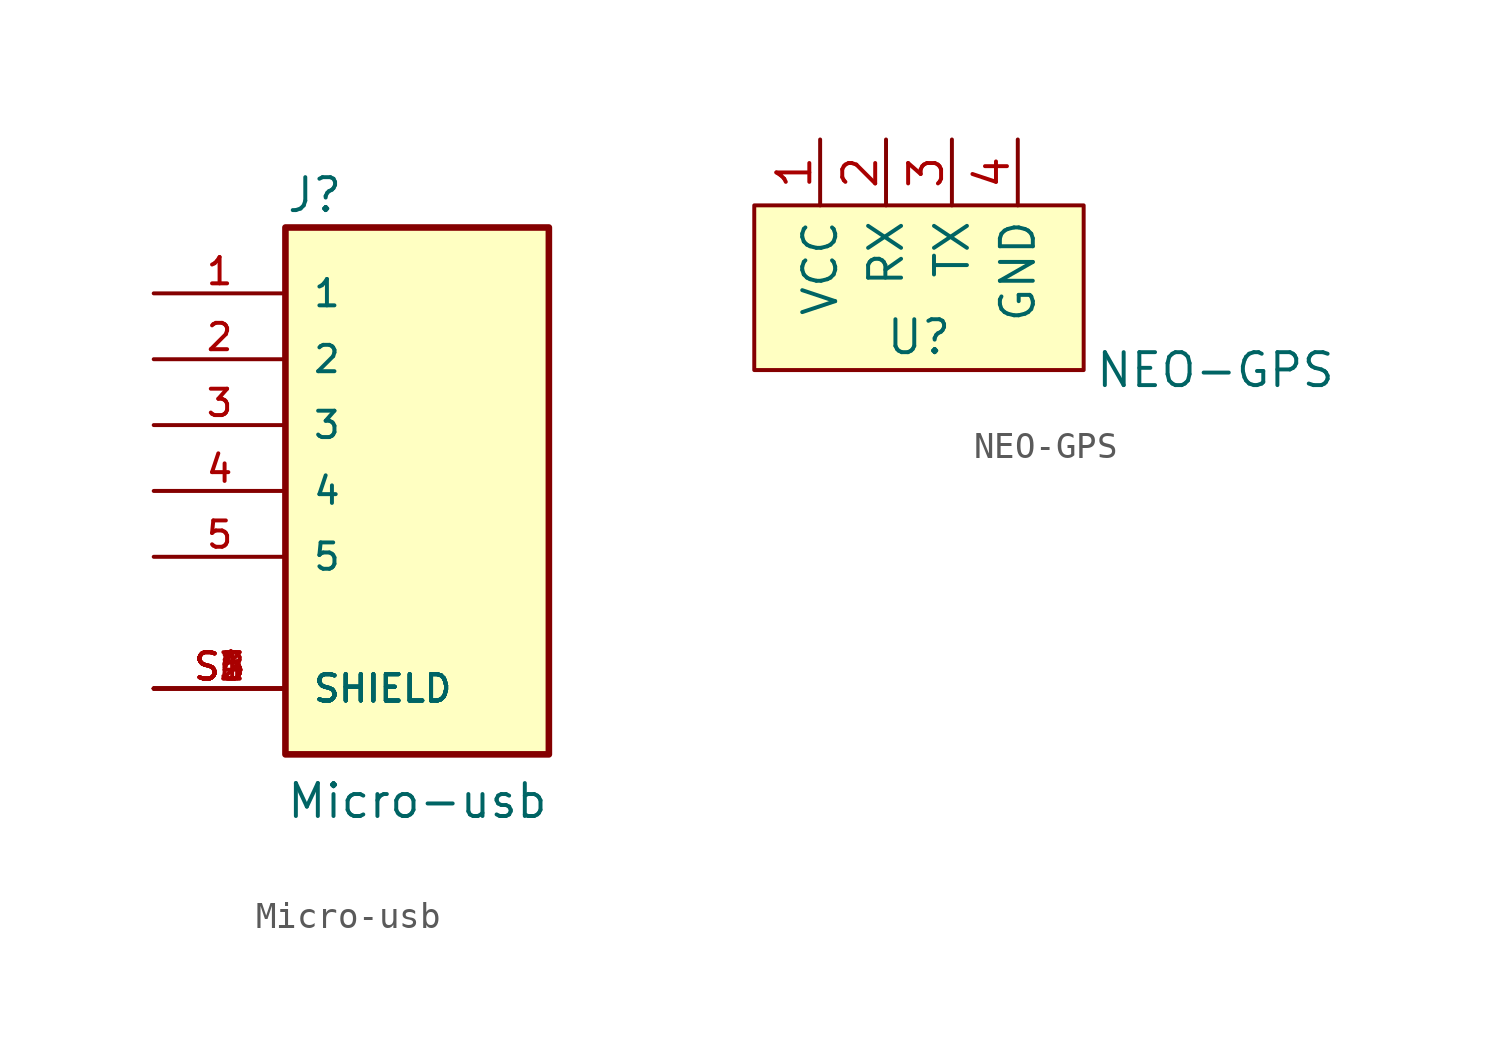
<source format=kicad_sym>
(kicad_symbol_lib
  (version 20220914)
  (generator kicad_symbol_editor)
  (symbol "Micro-usb"
    (pin_names
      (offset 1.016))
    (property "Reference" "J"
      (at -5.08 10.668 0)
      (effects (font (size 1.27 1.27)) (justify left bottom)))
    (property "Value" "Micro-usb"
      (at -5.08 -12.7 0)
      (effects (font (size 1.27 1.27)) (justify left bottom)))
    (symbol "Micro-usb_0_0"
      (rectangle (start -5.08 -10.16) (end 5.08 10.16) (stroke (width 0.254) (type default)) (fill (type background)))
      (pin passive line (at -10.16 7.62 0) (length 5.08) (name "1" (effects (font (size 1.016 1.016)))) (number "1" (effects (font (size 1.016 1.016)))))
      (pin passive line (at -10.16 5.08 0) (length 5.08) (name "2" (effects (font (size 1.016 1.016)))) (number "2" (effects (font (size 1.016 1.016)))))
      (pin passive line (at -10.16 2.54 0) (length 5.08) (name "3" (effects (font (size 1.016 1.016)))) (number "3" (effects (font (size 1.016 1.016)))))
      (pin passive line (at -10.16 0 0) (length 5.08) (name "4" (effects (font (size 1.016 1.016)))) (number "4" (effects (font (size 1.016 1.016)))))
      (pin passive line (at -10.16 -2.54 0) (length 5.08) (name "5" (effects (font (size 1.016 1.016)))) (number "5" (effects (font (size 1.016 1.016)))))
      (pin passive line (at -10.16 -7.62 0) (length 5.08) (name "SHIELD" (effects (font (size 1.016 1.016)))) (number "S1" (effects (font (size 1.016 1.016)))))
      (pin passive line (at -10.16 -7.62 0) (length 5.08) (name "SHIELD" (effects (font (size 1.016 1.016)))) (number "S2" (effects (font (size 1.016 1.016)))))
      (pin passive line (at -10.16 -7.62 0) (length 5.08) (name "SHIELD" (effects (font (size 1.016 1.016)))) (number "S3" (effects (font (size 1.016 1.016)))))
      (pin passive line (at -10.16 -7.62 0) (length 5.08) (name "SHIELD" (effects (font (size 1.016 1.016)))) (number "S4" (effects (font (size 1.016 1.016)))))
      (pin passive line (at -10.16 -7.62 0) (length 5.08) (name "SHIELD" (effects (font (size 1.016 1.016)))) (number "S5" (effects (font (size 1.016 1.016)))))
      (pin passive line (at -10.16 -7.62 0) (length 5.08) (name "SHIELD" (effects (font (size 1.016 1.016)))) (number "S6" (effects (font (size 1.016 1.016)))))))
  (symbol "NEO-GPS"
    (property "Reference" "U"
      (at -1.27 -1.27 0)
      (effects (font (size 1.27 1.27))))
    (property "Value" "NEO-GPS"
      (at 10.16 -2.54 0)
      (effects (font (size 1.27 1.27))))
    (symbol "NEO-GPS_0_1"
      (rectangle (start -7.62 3.81) (end 5.08 -2.54) (stroke (width 0) (type solid)) (fill (type background))))
    (symbol "NEO-GPS_1_1"
      (pin input line (at -5.08 6.35 270) (length 2.54) (name "VCC" (effects (font (size 1.27 1.27)))) (number "1" (effects (font (size 1.27 1.27)))))
      (pin input line (at -2.54 6.35 270) (length 2.54) (name "RX" (effects (font (size 1.27 1.27)))) (number "2" (effects (font (size 1.27 1.27)))))
      (pin input line (at 0 6.35 270) (length 2.54) (name "TX" (effects (font (size 1.27 1.27)))) (number "3" (effects (font (size 1.27 1.27)))))
      (pin input line (at 2.54 6.35 270) (length 2.54) (name "GND" (effects (font (size 1.27 1.27)))) (number "4" (effects (font (size 1.27 1.27))))))))
</source>
